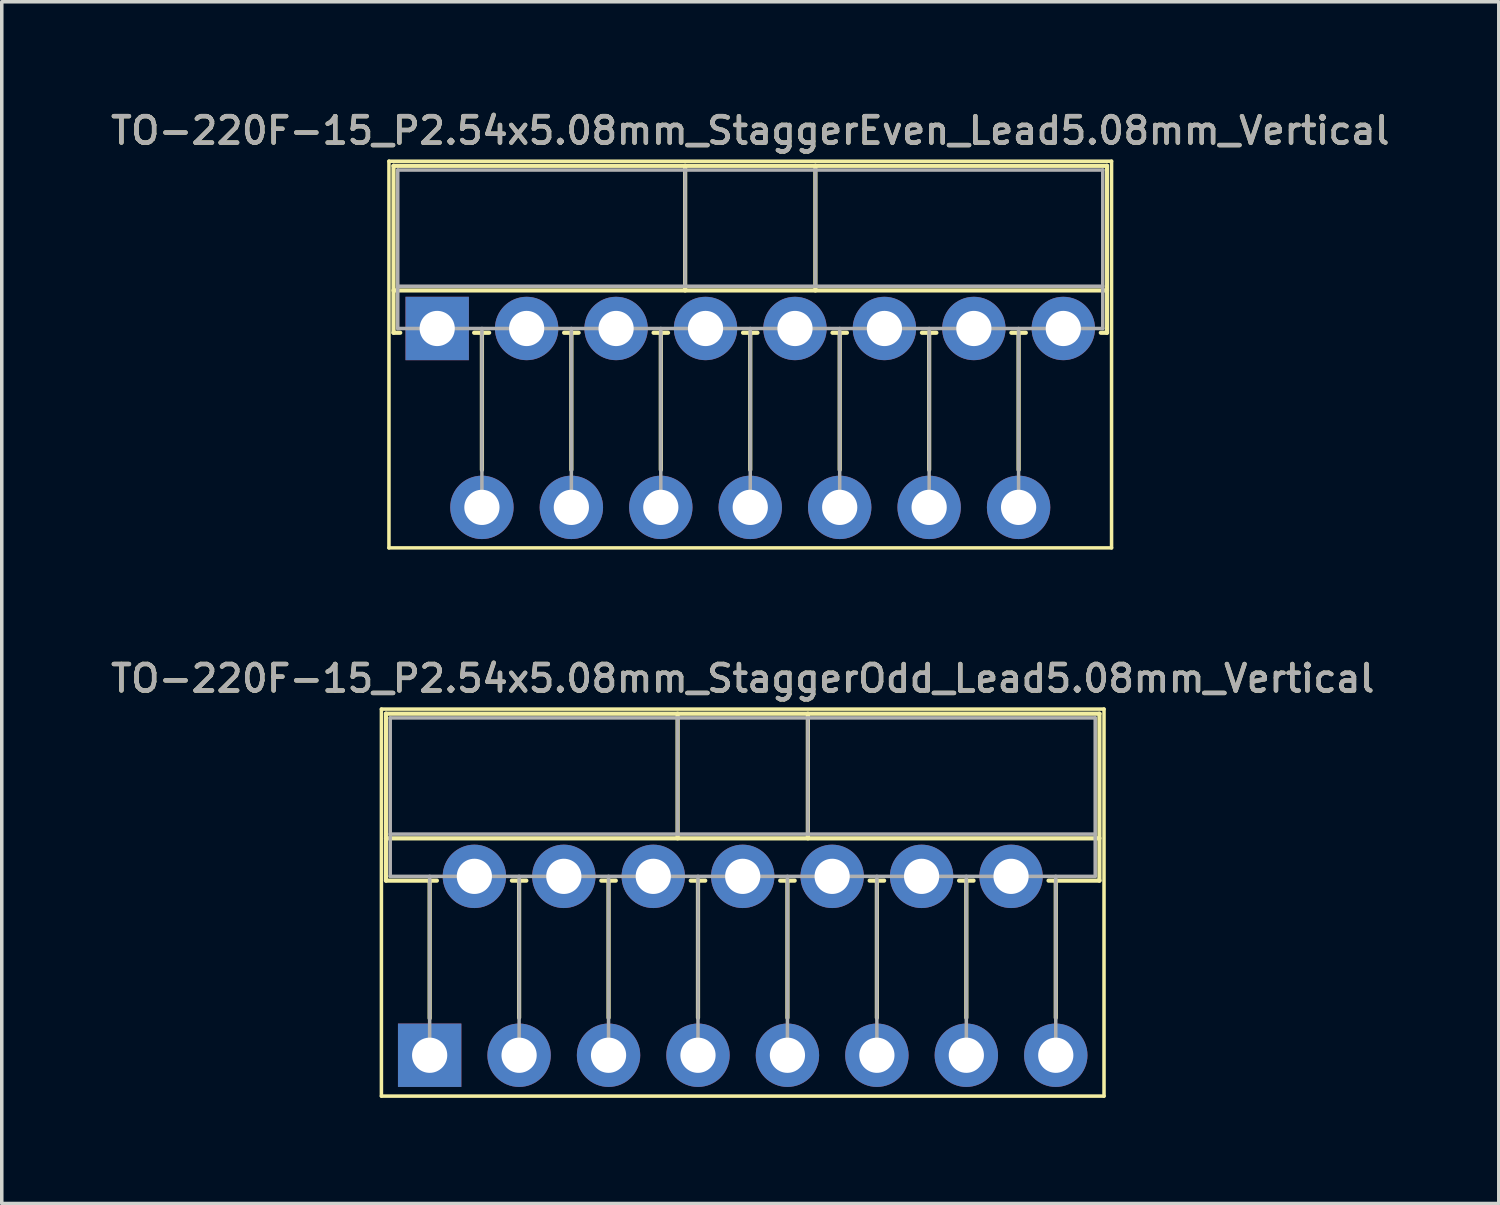
<source format=kicad_pcb>
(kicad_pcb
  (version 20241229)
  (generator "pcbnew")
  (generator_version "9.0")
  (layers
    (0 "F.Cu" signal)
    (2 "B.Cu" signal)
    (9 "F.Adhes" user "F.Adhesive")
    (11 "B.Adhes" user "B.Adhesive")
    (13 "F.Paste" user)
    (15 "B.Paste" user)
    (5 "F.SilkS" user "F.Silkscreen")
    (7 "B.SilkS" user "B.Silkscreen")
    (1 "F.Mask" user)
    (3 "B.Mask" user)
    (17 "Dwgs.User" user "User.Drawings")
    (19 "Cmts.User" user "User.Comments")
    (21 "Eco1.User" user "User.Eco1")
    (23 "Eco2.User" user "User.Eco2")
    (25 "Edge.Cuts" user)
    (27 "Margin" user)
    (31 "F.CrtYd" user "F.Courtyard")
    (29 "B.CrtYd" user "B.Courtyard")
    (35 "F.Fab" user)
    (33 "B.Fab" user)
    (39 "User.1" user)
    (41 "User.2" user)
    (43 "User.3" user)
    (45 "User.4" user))
  (footprint "TO-220F-15_P2.54x5.08mm_StaggerEven_Lead5.08mm_Vertical"
    (layer "F.Cu")
    (at 9.365 6.278)
    (property "Reference" "TO-220F-15_P2.54x5.08mm_StaggerEven_Lead5.08mm_Vertical" (at 8.89 -5.62 0) (layer "F.SilkS") (effects (font (size 0.75 0.75) (thickness 0.125))))
    (attr through_hole)
    (fp_line (start -1.37 -4.75) (end -1.37 6.23) (stroke (width 0.1) (type solid)) (layer "F.SilkS"))
    (fp_line (start -1.37 6.23) (end 19.15 6.23) (stroke (width 0.1) (type solid)) (layer "F.SilkS"))
    (fp_line (start -1.24 -4.62) (end -1.24 0.121) (stroke (width 0.12) (type solid)) (layer "F.SilkS"))
    (fp_line (start -1.24 -4.62) (end 19.02 -4.62) (stroke (width 0.12) (type solid)) (layer "F.SilkS"))
    (fp_line (start -1.24 -1.08) (end 19.02 -1.08) (stroke (width 0.12) (type solid)) (layer "F.SilkS"))
    (fp_line (start -1.24 0.121) (end -1.05 0.121) (stroke (width 0.12) (type solid)) (layer "F.SilkS"))
    (fp_line (start 1.05 0.121) (end 1.475 0.121) (stroke (width 0.12) (type solid)) (layer "F.SilkS"))
    (fp_line (start 1.27 0.121) (end 1.27 4.015) (stroke (width 0.12) (type solid)) (layer "F.SilkS"))
    (fp_line (start 3.605 0.121) (end 4.016 0.121) (stroke (width 0.12) (type solid)) (layer "F.SilkS"))
    (fp_line (start 3.81 0.121) (end 3.81 4.015) (stroke (width 0.12) (type solid)) (layer "F.SilkS"))
    (fp_line (start 6.145 0.121) (end 6.555 0.121) (stroke (width 0.12) (type solid)) (layer "F.SilkS"))
    (fp_line (start 6.35 0.121) (end 6.35 4.015) (stroke (width 0.12) (type solid)) (layer "F.SilkS"))
    (fp_line (start 7.041 -4.62) (end 7.041 -1.08) (stroke (width 0.12) (type solid)) (layer "F.SilkS"))
    (fp_line (start 8.685 0.121) (end 9.095 0.121) (stroke (width 0.12) (type solid)) (layer "F.SilkS"))
    (fp_line (start 8.89 0.121) (end 8.89 4.015) (stroke (width 0.12) (type solid)) (layer "F.SilkS"))
    (fp_line (start 10.74 -4.62) (end 10.74 -1.08) (stroke (width 0.12) (type solid)) (layer "F.SilkS"))
    (fp_line (start 11.225 0.121) (end 11.635 0.121) (stroke (width 0.12) (type solid)) (layer "F.SilkS"))
    (fp_line (start 11.43 0.121) (end 11.43 4.015) (stroke (width 0.12) (type solid)) (layer "F.SilkS"))
    (fp_line (start 13.765 0.121) (end 14.175 0.121) (stroke (width 0.12) (type solid)) (layer "F.SilkS"))
    (fp_line (start 13.97 0.121) (end 13.97 4.015) (stroke (width 0.12) (type solid)) (layer "F.SilkS"))
    (fp_line (start 16.305 0.121) (end 16.715 0.121) (stroke (width 0.12) (type solid)) (layer "F.SilkS"))
    (fp_line (start 16.51 0.121) (end 16.51 4.015) (stroke (width 0.12) (type solid)) (layer "F.SilkS"))
    (fp_line (start 18.845 0.121) (end 19.02 0.121) (stroke (width 0.12) (type solid)) (layer "F.SilkS"))
    (fp_line (start 19.02 -4.62) (end 19.02 0.121) (stroke (width 0.12) (type solid)) (layer "F.SilkS"))
    (fp_line (start 19.15 -4.75) (end -1.37 -4.75) (stroke (width 0.1) (type solid)) (layer "F.SilkS"))
    (fp_line (start 19.15 6.23) (end 19.15 -4.75) (stroke (width 0.1) (type solid)) (layer "F.SilkS"))
    (fp_line (start -1.12 -4.5) (end -1.12 0) (stroke (width 0.1) (type solid)) (layer "F.Fab"))
    (fp_line (start -1.12 -1.2) (end 18.9 -1.2) (stroke (width 0.1) (type solid)) (layer "F.Fab"))
    (fp_line (start -1.12 0) (end 18.9 0) (stroke (width 0.1) (type solid)) (layer "F.Fab"))
    (fp_line (start 1.27 0) (end 1.27 5.08) (stroke (width 0.1) (type solid)) (layer "F.Fab"))
    (fp_line (start 3.81 0) (end 3.81 5.08) (stroke (width 0.1) (type solid)) (layer "F.Fab"))
    (fp_line (start 6.35 0) (end 6.35 5.08) (stroke (width 0.1) (type solid)) (layer "F.Fab"))
    (fp_line (start 7.04 -4.5) (end 7.04 -1.2) (stroke (width 0.1) (type solid)) (layer "F.Fab"))
    (fp_line (start 8.89 0) (end 8.89 5.08) (stroke (width 0.1) (type solid)) (layer "F.Fab"))
    (fp_line (start 10.74 -4.5) (end 10.74 -1.2) (stroke (width 0.1) (type solid)) (layer "F.Fab"))
    (fp_line (start 11.43 0) (end 11.43 5.08) (stroke (width 0.1) (type solid)) (layer "F.Fab"))
    (fp_line (start 13.97 0) (end 13.97 5.08) (stroke (width 0.1) (type solid)) (layer "F.Fab"))
    (fp_line (start 16.51 0) (end 16.51 5.08) (stroke (width 0.1) (type solid)) (layer "F.Fab"))
    (fp_line (start 18.9 -4.5) (end -1.12 -4.5) (stroke (width 0.1) (type solid)) (layer "F.Fab"))
    (fp_line (start 18.9 0) (end 18.9 -4.5) (stroke (width 0.1) (type solid)) (layer "F.Fab"))
    (fp_text user "${REFERENCE}" (at 8.89 -5.62 0) (layer "F.Fab") (effects (font (size 0.75 0.75) (thickness 0.125))))
    (pad "1" thru_hole rect (at 0 0) (size 1.8 1.8) (drill 1) (layers "*.Cu" "*.Mask"))
    (pad "2" thru_hole oval (at 1.27 5.08) (size 1.8 1.8) (drill 1) (layers "*.Cu" "*.Mask"))
    (pad "3" thru_hole oval (at 2.54 0) (size 1.8 1.8) (drill 1) (layers "*.Cu" "*.Mask"))
    (pad "4" thru_hole oval (at 3.81 5.08) (size 1.8 1.8) (drill 1) (layers "*.Cu" "*.Mask"))
    (pad "5" thru_hole oval (at 5.08 0) (size 1.8 1.8) (drill 1) (layers "*.Cu" "*.Mask"))
    (pad "6" thru_hole oval (at 6.35 5.08) (size 1.8 1.8) (drill 1) (layers "*.Cu" "*.Mask"))
    (pad "7" thru_hole oval (at 7.62 0) (size 1.8 1.8) (drill 1) (layers "*.Cu" "*.Mask"))
    (pad "8" thru_hole oval (at 8.89 5.08) (size 1.8 1.8) (drill 1) (layers "*.Cu" "*.Mask"))
    (pad "9" thru_hole oval (at 10.16 0) (size 1.8 1.8) (drill 1) (layers "*.Cu" "*.Mask"))
    (pad "10" thru_hole oval (at 11.43 5.08) (size 1.8 1.8) (drill 1) (layers "*.Cu" "*.Mask"))
    (pad "11" thru_hole oval (at 12.7 0) (size 1.8 1.8) (drill 1) (layers "*.Cu" "*.Mask"))
    (pad "12" thru_hole oval (at 13.97 5.08) (size 1.8 1.8) (drill 1) (layers "*.Cu" "*.Mask"))
    (pad "13" thru_hole oval (at 15.24 0) (size 1.8 1.8) (drill 1) (layers "*.Cu" "*.Mask"))
    (pad "14" thru_hole oval (at 16.51 5.08) (size 1.8 1.8) (drill 1) (layers "*.Cu" "*.Mask"))
    (pad "15" thru_hole oval (at 17.78 0) (size 1.8 1.8) (drill 1) (layers "*.Cu" "*.Mask")))
  (footprint "TO-220F-15_P2.54x5.08mm_StaggerOdd_Lead5.08mm_Vertical"
    (layer "F.Cu")
    (at 9.151 26.916)
    (property "Reference" "TO-220F-15_P2.54x5.08mm_StaggerOdd_Lead5.08mm_Vertical" (at 8.89 -10.7 0) (layer "F.SilkS") (effects (font (size 0.75 0.75) (thickness 0.125))))
    (attr through_hole)
    (fp_line (start -1.37 -9.83) (end -1.37 1.16) (stroke (width 0.1) (type solid)) (layer "F.SilkS"))
    (fp_line (start -1.37 1.16) (end 19.15 1.16) (stroke (width 0.1) (type solid)) (layer "F.SilkS"))
    (fp_line (start -1.24 -9.7) (end -1.24 -4.959) (stroke (width 0.12) (type solid)) (layer "F.SilkS"))
    (fp_line (start -1.24 -9.7) (end 19.02 -9.7) (stroke (width 0.12) (type solid)) (layer "F.SilkS"))
    (fp_line (start -1.24 -6.16) (end 19.02 -6.16) (stroke (width 0.12) (type solid)) (layer "F.SilkS"))
    (fp_line (start -1.24 -4.959) (end 0.205 -4.959) (stroke (width 0.12) (type solid)) (layer "F.SilkS"))
    (fp_line (start 0 -4.959) (end 0 -1.05) (stroke (width 0.12) (type solid)) (layer "F.SilkS"))
    (fp_line (start 2.336 -4.959) (end 2.745 -4.959) (stroke (width 0.12) (type solid)) (layer "F.SilkS"))
    (fp_line (start 2.54 -4.959) (end 2.54 -1.065) (stroke (width 0.12) (type solid)) (layer "F.SilkS"))
    (fp_line (start 4.875 -4.959) (end 5.285 -4.959) (stroke (width 0.12) (type solid)) (layer "F.SilkS"))
    (fp_line (start 5.08 -4.959) (end 5.08 -1.065) (stroke (width 0.12) (type solid)) (layer "F.SilkS"))
    (fp_line (start 7.041 -9.7) (end 7.041 -6.16) (stroke (width 0.12) (type solid)) (layer "F.SilkS"))
    (fp_line (start 7.415 -4.959) (end 7.825 -4.959) (stroke (width 0.12) (type solid)) (layer "F.SilkS"))
    (fp_line (start 7.62 -4.959) (end 7.62 -1.065) (stroke (width 0.12) (type solid)) (layer "F.SilkS"))
    (fp_line (start 9.955 -4.959) (end 10.365 -4.959) (stroke (width 0.12) (type solid)) (layer "F.SilkS"))
    (fp_line (start 10.16 -4.959) (end 10.16 -1.065) (stroke (width 0.12) (type solid)) (layer "F.SilkS"))
    (fp_line (start 10.74 -9.7) (end 10.74 -6.16) (stroke (width 0.12) (type solid)) (layer "F.SilkS"))
    (fp_line (start 12.495 -4.959) (end 12.905 -4.959) (stroke (width 0.12) (type solid)) (layer "F.SilkS"))
    (fp_line (start 12.7 -4.959) (end 12.7 -1.065) (stroke (width 0.12) (type solid)) (layer "F.SilkS"))
    (fp_line (start 15.035 -4.959) (end 15.445 -4.959) (stroke (width 0.12) (type solid)) (layer "F.SilkS"))
    (fp_line (start 15.24 -4.959) (end 15.24 -1.065) (stroke (width 0.12) (type solid)) (layer "F.SilkS"))
    (fp_line (start 17.575 -4.959) (end 19.02 -4.959) (stroke (width 0.12) (type solid)) (layer "F.SilkS"))
    (fp_line (start 17.78 -4.959) (end 17.78 -1.065) (stroke (width 0.12) (type solid)) (layer "F.SilkS"))
    (fp_line (start 19.02 -9.7) (end 19.02 -4.959) (stroke (width 0.12) (type solid)) (layer "F.SilkS"))
    (fp_line (start 19.15 -9.83) (end -1.37 -9.83) (stroke (width 0.1) (type solid)) (layer "F.SilkS"))
    (fp_line (start 19.15 1.16) (end 19.15 -9.83) (stroke (width 0.1) (type solid)) (layer "F.SilkS"))
    (fp_line (start -1.12 -9.58) (end -1.12 -5.08) (stroke (width 0.1) (type solid)) (layer "F.Fab"))
    (fp_line (start -1.12 -6.28) (end 18.9 -6.28) (stroke (width 0.1) (type solid)) (layer "F.Fab"))
    (fp_line (start -1.12 -5.08) (end 18.9 -5.08) (stroke (width 0.1) (type solid)) (layer "F.Fab"))
    (fp_line (start 0 -5.08) (end 0 0) (stroke (width 0.1) (type solid)) (layer "F.Fab"))
    (fp_line (start 2.54 -5.08) (end 2.54 0) (stroke (width 0.1) (type solid)) (layer "F.Fab"))
    (fp_line (start 5.08 -5.08) (end 5.08 0) (stroke (width 0.1) (type solid)) (layer "F.Fab"))
    (fp_line (start 7.04 -9.58) (end 7.04 -6.28) (stroke (width 0.1) (type solid)) (layer "F.Fab"))
    (fp_line (start 7.62 -5.08) (end 7.62 0) (stroke (width 0.1) (type solid)) (layer "F.Fab"))
    (fp_line (start 10.16 -5.08) (end 10.16 0) (stroke (width 0.1) (type solid)) (layer "F.Fab"))
    (fp_line (start 10.74 -9.58) (end 10.74 -6.28) (stroke (width 0.1) (type solid)) (layer "F.Fab"))
    (fp_line (start 12.7 -5.08) (end 12.7 0) (stroke (width 0.1) (type solid)) (layer "F.Fab"))
    (fp_line (start 15.24 -5.08) (end 15.24 0) (stroke (width 0.1) (type solid)) (layer "F.Fab"))
    (fp_line (start 17.78 -5.08) (end 17.78 0) (stroke (width 0.1) (type solid)) (layer "F.Fab"))
    (fp_line (start 18.9 -9.58) (end -1.12 -9.58) (stroke (width 0.1) (type solid)) (layer "F.Fab"))
    (fp_line (start 18.9 -5.08) (end 18.9 -9.58) (stroke (width 0.1) (type solid)) (layer "F.Fab"))
    (fp_text user "${REFERENCE}" (at 8.89 -10.7 0) (layer "F.Fab") (effects (font (size 0.75 0.75) (thickness 0.125))))
    (pad "1" thru_hole rect (at 0 0) (size 1.8 1.8) (drill 1) (layers "*.Cu" "*.Mask"))
    (pad "2" thru_hole oval (at 1.27 -5.08) (size 1.8 1.8) (drill 1) (layers "*.Cu" "*.Mask"))
    (pad "3" thru_hole oval (at 2.54 0) (size 1.8 1.8) (drill 1) (layers "*.Cu" "*.Mask"))
    (pad "4" thru_hole oval (at 3.81 -5.08) (size 1.8 1.8) (drill 1) (layers "*.Cu" "*.Mask"))
    (pad "5" thru_hole oval (at 5.08 0) (size 1.8 1.8) (drill 1) (layers "*.Cu" "*.Mask"))
    (pad "6" thru_hole oval (at 6.35 -5.08) (size 1.8 1.8) (drill 1) (layers "*.Cu" "*.Mask"))
    (pad "7" thru_hole oval (at 7.62 0) (size 1.8 1.8) (drill 1) (layers "*.Cu" "*.Mask"))
    (pad "8" thru_hole oval (at 8.89 -5.08) (size 1.8 1.8) (drill 1) (layers "*.Cu" "*.Mask"))
    (pad "9" thru_hole oval (at 10.16 0) (size 1.8 1.8) (drill 1) (layers "*.Cu" "*.Mask"))
    (pad "10" thru_hole oval (at 11.43 -5.08) (size 1.8 1.8) (drill 1) (layers "*.Cu" "*.Mask"))
    (pad "11" thru_hole oval (at 12.7 0) (size 1.8 1.8) (drill 1) (layers "*.Cu" "*.Mask"))
    (pad "12" thru_hole oval (at 13.97 -5.08) (size 1.8 1.8) (drill 1) (layers "*.Cu" "*.Mask"))
    (pad "13" thru_hole oval (at 15.24 0) (size 1.8 1.8) (drill 1) (layers "*.Cu" "*.Mask"))
    (pad "14" thru_hole oval (at 16.51 -5.08) (size 1.8 1.8) (drill 1) (layers "*.Cu" "*.Mask"))
    (pad "15" thru_hole oval (at 17.78 0) (size 1.8 1.8) (drill 1) (layers "*.Cu" "*.Mask")))
  (gr_rect
    (start -3 -3)
    (end 39.511 31.126)
    (stroke (width 0.1) (type default))
    (fill no)
    (layer "Edge.Cuts")))
</source>
